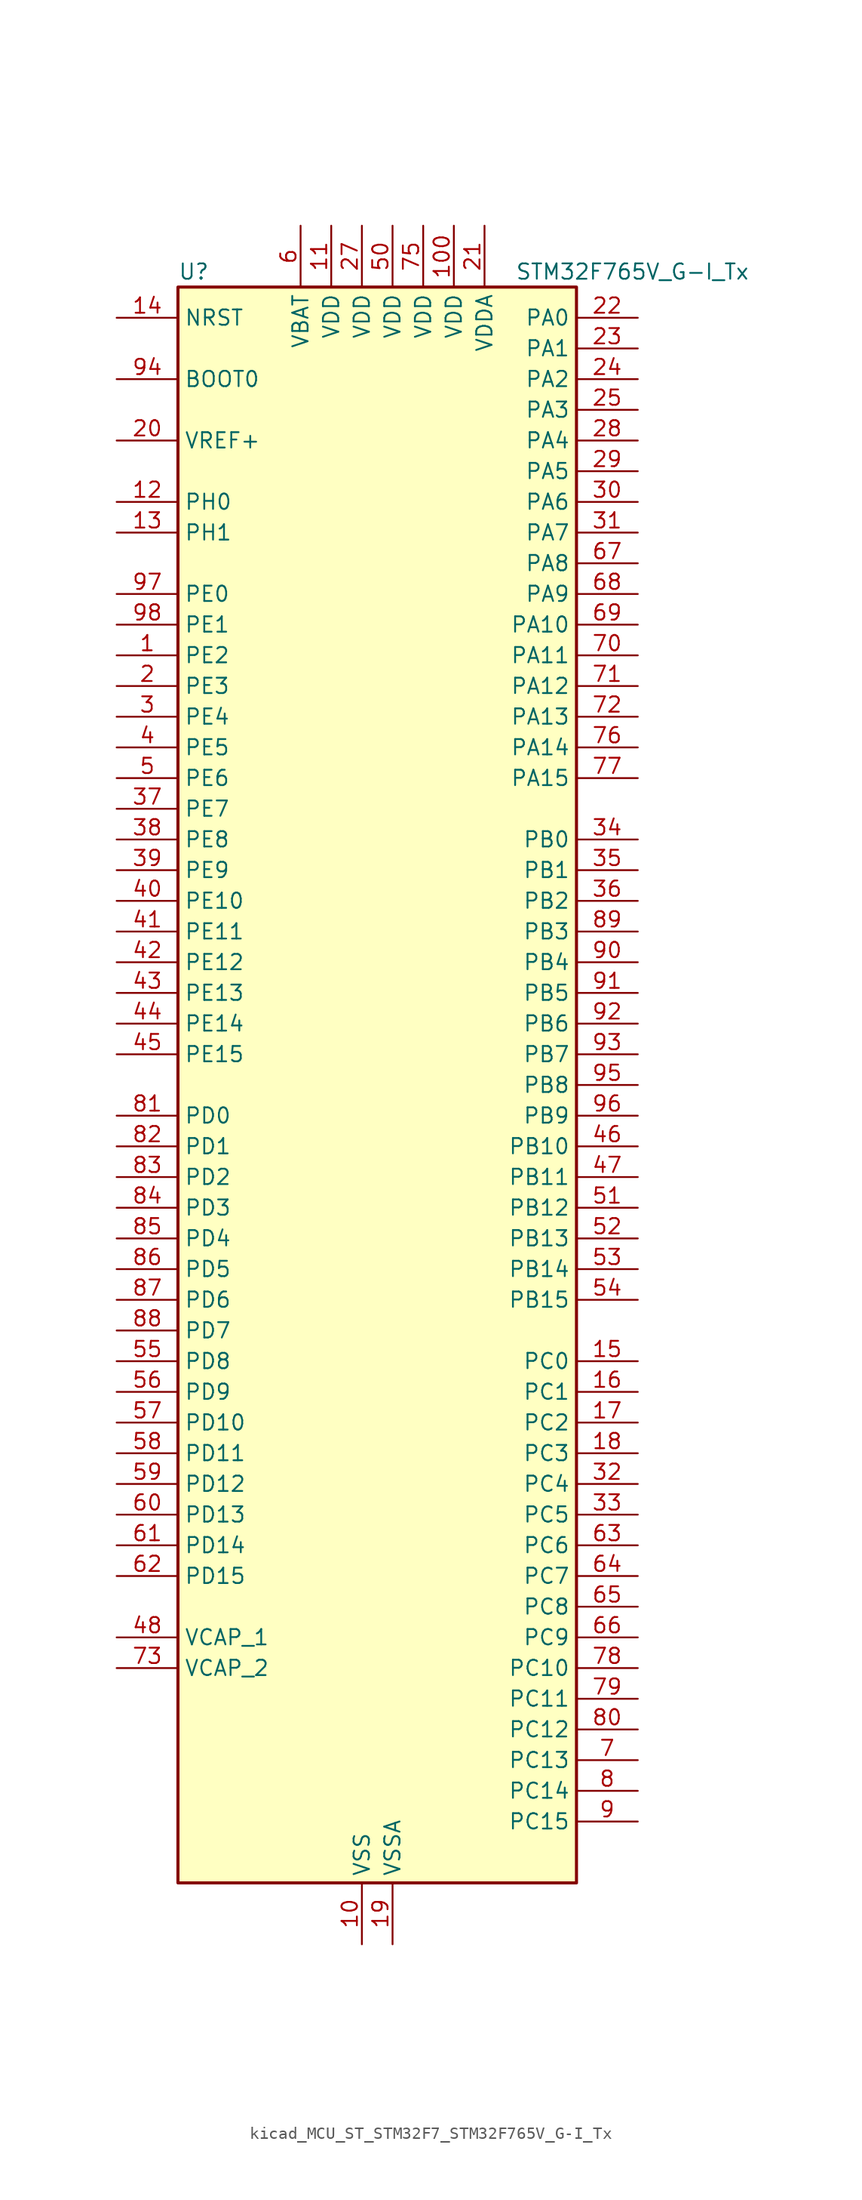
<source format=kicad_sym>
(kicad_symbol_lib
  (version 20220914)
  (generator kicad_symbol_editor)
  (symbol "kicad_MCU_ST_STM32F7_STM32F765V_G-I_Tx"
    (property "Reference" "U"
      (at -15.24 67.31 0)
      (effects (font (size 1.27 1.27)) (justify left)))
    (property "Value" "STM32F765V_G-I_Tx"
      (at 12.7 67.31 0)
      (effects (font (size 1.27 1.27)) (justify left)))
    (property "ki_locked" ""
      (at 0 0 0)
      (effects (font (size 1.27 1.27))))
    (symbol "kicad_MCU_ST_STM32F7_STM32F765V_G-I_Tx_0_1"
      (rectangle (start -15.24 -66.04) (end 17.78 66.04) (stroke (width 0.254) (type default)) (fill (type background))))
    (symbol "kicad_MCU_ST_STM32F7_STM32F765V_G-I_Tx_1_1"
      (pin bidirectional line (at -20.32 35.56 0) (length 5.08) (name "PE2" (effects (font (size 1.27 1.27)))) (number "1" (effects (font (size 1.27 1.27)))) (alternate "ETH_TXD3" bidirectional line) (alternate "FMC_A23" bidirectional line) (alternate "QUADSPI_BK1_IO2" bidirectional line) (alternate "SAI1_MCLK_A" bidirectional line) (alternate "SPI4_SCK" bidirectional line) (alternate "SYS_TRACECLK" bidirectional line))
      (pin power_in line (at 0 -71.12 90) (length 5.08) (name "VSS" (effects (font (size 1.27 1.27)))) (number "10" (effects (font (size 1.27 1.27)))))
      (pin power_in line (at 7.62 71.12 270) (length 5.08) (name "VDD" (effects (font (size 1.27 1.27)))) (number "100" (effects (font (size 1.27 1.27)))))
      (pin power_in line (at -2.54 71.12 270) (length 5.08) (name "VDD" (effects (font (size 1.27 1.27)))) (number "11" (effects (font (size 1.27 1.27)))))
      (pin bidirectional line (at -20.32 48.26 0) (length 5.08) (name "PH0" (effects (font (size 1.27 1.27)))) (number "12" (effects (font (size 1.27 1.27)))) (alternate "RCC_OSC_IN" bidirectional line))
      (pin bidirectional line (at -20.32 45.72 0) (length 5.08) (name "PH1" (effects (font (size 1.27 1.27)))) (number "13" (effects (font (size 1.27 1.27)))) (alternate "RCC_OSC_OUT" bidirectional line))
      (pin input line (at -20.32 63.5 0) (length 5.08) (name "NRST" (effects (font (size 1.27 1.27)))) (number "14" (effects (font (size 1.27 1.27)))))
      (pin bidirectional line (at 22.86 -22.86 180) (length 5.08) (name "PC0" (effects (font (size 1.27 1.27)))) (number "15" (effects (font (size 1.27 1.27)))) (alternate "ADC1_IN10" bidirectional line) (alternate "ADC2_IN10" bidirectional line) (alternate "ADC3_IN10" bidirectional line) (alternate "DFSDM1_CKIN0" bidirectional line) (alternate "DFSDM1_DATIN4" bidirectional line) (alternate "FMC_SDNWE" bidirectional line) (alternate "SAI2_FS_B" bidirectional line) (alternate "USB_OTG_HS_ULPI_STP" bidirectional line))
      (pin bidirectional line (at 22.86 -25.4 180) (length 5.08) (name "PC1" (effects (font (size 1.27 1.27)))) (number "16" (effects (font (size 1.27 1.27)))) (alternate "ADC1_IN11" bidirectional line) (alternate "ADC2_IN11" bidirectional line) (alternate "ADC3_IN11" bidirectional line) (alternate "DFSDM1_CKIN4" bidirectional line) (alternate "DFSDM1_DATIN0" bidirectional line) (alternate "ETH_MDC" bidirectional line) (alternate "I2S2_SD" bidirectional line) (alternate "MDIOS_MDC" bidirectional line) (alternate "RTC_TAMP3" bidirectional line) (alternate "RTC_TS" bidirectional line) (alternate "SAI1_SD_A" bidirectional line) (alternate "SPI2_MOSI" bidirectional line) (alternate "SYS_TRACED0" bidirectional line) (alternate "SYS_WKUP3" bidirectional line))
      (pin bidirectional line (at 22.86 -27.94 180) (length 5.08) (name "PC2" (effects (font (size 1.27 1.27)))) (number "17" (effects (font (size 1.27 1.27)))) (alternate "ADC1_IN12" bidirectional line) (alternate "ADC2_IN12" bidirectional line) (alternate "ADC3_IN12" bidirectional line) (alternate "DFSDM1_CKIN1" bidirectional line) (alternate "DFSDM1_CKOUT" bidirectional line) (alternate "ETH_TXD2" bidirectional line) (alternate "FMC_SDNE0" bidirectional line) (alternate "SPI2_MISO" bidirectional line) (alternate "USB_OTG_HS_ULPI_DIR" bidirectional line))
      (pin bidirectional line (at 22.86 -30.48 180) (length 5.08) (name "PC3" (effects (font (size 1.27 1.27)))) (number "18" (effects (font (size 1.27 1.27)))) (alternate "ADC1_IN13" bidirectional line) (alternate "ADC2_IN13" bidirectional line) (alternate "ADC3_IN13" bidirectional line) (alternate "DFSDM1_DATIN1" bidirectional line) (alternate "ETH_TX_CLK" bidirectional line) (alternate "FMC_SDCKE0" bidirectional line) (alternate "I2S2_SD" bidirectional line) (alternate "SPI2_MOSI" bidirectional line) (alternate "USB_OTG_HS_ULPI_NXT" bidirectional line))
      (pin power_in line (at 2.54 -71.12 90) (length 5.08) (name "VSSA" (effects (font (size 1.27 1.27)))) (number "19" (effects (font (size 1.27 1.27)))))
      (pin bidirectional line (at -20.32 33.02 0) (length 5.08) (name "PE3" (effects (font (size 1.27 1.27)))) (number "2" (effects (font (size 1.27 1.27)))) (alternate "FMC_A19" bidirectional line) (alternate "SAI1_SD_B" bidirectional line) (alternate "SYS_TRACED0" bidirectional line))
      (pin input line (at -20.32 53.34 0) (length 5.08) (name "VREF+" (effects (font (size 1.27 1.27)))) (number "20" (effects (font (size 1.27 1.27)))))
      (pin power_in line (at 10.16 71.12 270) (length 5.08) (name "VDDA" (effects (font (size 1.27 1.27)))) (number "21" (effects (font (size 1.27 1.27)))))
      (pin bidirectional line (at 22.86 63.5 180) (length 5.08) (name "PA0" (effects (font (size 1.27 1.27)))) (number "22" (effects (font (size 1.27 1.27)))) (alternate "ADC1_IN0" bidirectional line) (alternate "ADC2_IN0" bidirectional line) (alternate "ADC3_IN0" bidirectional line) (alternate "ETH_CRS" bidirectional line) (alternate "SAI2_SD_B" bidirectional line) (alternate "SYS_WKUP1" bidirectional line) (alternate "TIM2_CH1" bidirectional line) (alternate "TIM2_ETR" bidirectional line) (alternate "TIM5_CH1" bidirectional line) (alternate "TIM8_ETR" bidirectional line) (alternate "UART4_TX" bidirectional line) (alternate "USART2_CTS" bidirectional line))
      (pin bidirectional line (at 22.86 60.96 180) (length 5.08) (name "PA1" (effects (font (size 1.27 1.27)))) (number "23" (effects (font (size 1.27 1.27)))) (alternate "ADC1_IN1" bidirectional line) (alternate "ADC2_IN1" bidirectional line) (alternate "ADC3_IN1" bidirectional line) (alternate "ETH_REF_CLK" bidirectional line) (alternate "ETH_RX_CLK" bidirectional line) (alternate "QUADSPI_BK1_IO3" bidirectional line) (alternate "SAI2_MCLK_B" bidirectional line) (alternate "TIM2_CH2" bidirectional line) (alternate "TIM5_CH2" bidirectional line) (alternate "UART4_RX" bidirectional line) (alternate "USART2_DE" bidirectional line) (alternate "USART2_RTS" bidirectional line))
      (pin bidirectional line (at 22.86 58.42 180) (length 5.08) (name "PA2" (effects (font (size 1.27 1.27)))) (number "24" (effects (font (size 1.27 1.27)))) (alternate "ADC1_IN2" bidirectional line) (alternate "ADC2_IN2" bidirectional line) (alternate "ADC3_IN2" bidirectional line) (alternate "ETH_MDIO" bidirectional line) (alternate "MDIOS_MDIO" bidirectional line) (alternate "SAI2_SCK_B" bidirectional line) (alternate "SYS_WKUP2" bidirectional line) (alternate "TIM2_CH3" bidirectional line) (alternate "TIM5_CH3" bidirectional line) (alternate "TIM9_CH1" bidirectional line) (alternate "USART2_TX" bidirectional line))
      (pin bidirectional line (at 22.86 55.88 180) (length 5.08) (name "PA3" (effects (font (size 1.27 1.27)))) (number "25" (effects (font (size 1.27 1.27)))) (alternate "ADC1_IN3" bidirectional line) (alternate "ADC2_IN3" bidirectional line) (alternate "ADC3_IN3" bidirectional line) (alternate "ETH_COL" bidirectional line) (alternate "TIM2_CH4" bidirectional line) (alternate "TIM5_CH4" bidirectional line) (alternate "TIM9_CH2" bidirectional line) (alternate "USART2_RX" bidirectional line) (alternate "USB_OTG_HS_ULPI_D0" bidirectional line))
      (pin passive line (at 0 -71.12 90) (length 5.08) hide (name "VSS" (effects (font (size 1.27 1.27)))) (number "26" (effects (font (size 1.27 1.27)))))
      (pin power_in line (at 0 71.12 270) (length 5.08) (name "VDD" (effects (font (size 1.27 1.27)))) (number "27" (effects (font (size 1.27 1.27)))))
      (pin bidirectional line (at 22.86 53.34 180) (length 5.08) (name "PA4" (effects (font (size 1.27 1.27)))) (number "28" (effects (font (size 1.27 1.27)))) (alternate "ADC1_IN4" bidirectional line) (alternate "ADC2_IN4" bidirectional line) (alternate "DAC_OUT1" bidirectional line) (alternate "DCMI_HSYNC" bidirectional line) (alternate "I2S1_WS" bidirectional line) (alternate "I2S3_WS" bidirectional line) (alternate "SPI1_NSS" bidirectional line) (alternate "SPI3_NSS" bidirectional line) (alternate "SPI6_NSS" bidirectional line) (alternate "USART2_CK" bidirectional line) (alternate "USB_OTG_HS_SOF" bidirectional line))
      (pin bidirectional line (at 22.86 50.8 180) (length 5.08) (name "PA5" (effects (font (size 1.27 1.27)))) (number "29" (effects (font (size 1.27 1.27)))) (alternate "ADC1_IN5" bidirectional line) (alternate "ADC2_IN5" bidirectional line) (alternate "DAC_OUT2" bidirectional line) (alternate "I2S1_CK" bidirectional line) (alternate "SPI1_SCK" bidirectional line) (alternate "SPI6_SCK" bidirectional line) (alternate "TIM2_CH1" bidirectional line) (alternate "TIM2_ETR" bidirectional line) (alternate "TIM8_CH1N" bidirectional line) (alternate "USB_OTG_HS_ULPI_CK" bidirectional line))
      (pin bidirectional line (at -20.32 30.48 0) (length 5.08) (name "PE4" (effects (font (size 1.27 1.27)))) (number "3" (effects (font (size 1.27 1.27)))) (alternate "DCMI_D4" bidirectional line) (alternate "DFSDM1_DATIN3" bidirectional line) (alternate "FMC_A20" bidirectional line) (alternate "SAI1_FS_A" bidirectional line) (alternate "SPI4_NSS" bidirectional line) (alternate "SYS_TRACED1" bidirectional line))
      (pin bidirectional line (at 22.86 48.26 180) (length 5.08) (name "PA6" (effects (font (size 1.27 1.27)))) (number "30" (effects (font (size 1.27 1.27)))) (alternate "ADC1_IN6" bidirectional line) (alternate "ADC2_IN6" bidirectional line) (alternate "DCMI_PIXCLK" bidirectional line) (alternate "MDIOS_MDC" bidirectional line) (alternate "SPI1_MISO" bidirectional line) (alternate "SPI6_MISO" bidirectional line) (alternate "TIM13_CH1" bidirectional line) (alternate "TIM1_BKIN" bidirectional line) (alternate "TIM3_CH1" bidirectional line) (alternate "TIM8_BKIN" bidirectional line))
      (pin bidirectional line (at 22.86 45.72 180) (length 5.08) (name "PA7" (effects (font (size 1.27 1.27)))) (number "31" (effects (font (size 1.27 1.27)))) (alternate "ADC1_IN7" bidirectional line) (alternate "ADC2_IN7" bidirectional line) (alternate "ETH_CRS_DV" bidirectional line) (alternate "ETH_RX_DV" bidirectional line) (alternate "FMC_SDNWE" bidirectional line) (alternate "I2S1_SD" bidirectional line) (alternate "SPI1_MOSI" bidirectional line) (alternate "SPI6_MOSI" bidirectional line) (alternate "TIM14_CH1" bidirectional line) (alternate "TIM1_CH1N" bidirectional line) (alternate "TIM3_CH2" bidirectional line) (alternate "TIM8_CH1N" bidirectional line))
      (pin bidirectional line (at 22.86 -33.02 180) (length 5.08) (name "PC4" (effects (font (size 1.27 1.27)))) (number "32" (effects (font (size 1.27 1.27)))) (alternate "ADC1_IN14" bidirectional line) (alternate "ADC2_IN14" bidirectional line) (alternate "DFSDM1_CKIN2" bidirectional line) (alternate "ETH_RXD0" bidirectional line) (alternate "FMC_SDNE0" bidirectional line) (alternate "I2S1_MCK" bidirectional line) (alternate "SPDIFRX_IN2" bidirectional line))
      (pin bidirectional line (at 22.86 -35.56 180) (length 5.08) (name "PC5" (effects (font (size 1.27 1.27)))) (number "33" (effects (font (size 1.27 1.27)))) (alternate "ADC1_IN15" bidirectional line) (alternate "ADC2_IN15" bidirectional line) (alternate "DFSDM1_DATIN2" bidirectional line) (alternate "ETH_RXD1" bidirectional line) (alternate "FMC_SDCKE0" bidirectional line) (alternate "SPDIFRX_IN3" bidirectional line))
      (pin bidirectional line (at 22.86 20.32 180) (length 5.08) (name "PB0" (effects (font (size 1.27 1.27)))) (number "34" (effects (font (size 1.27 1.27)))) (alternate "ADC1_IN8" bidirectional line) (alternate "ADC2_IN8" bidirectional line) (alternate "DFSDM1_CKOUT" bidirectional line) (alternate "ETH_RXD2" bidirectional line) (alternate "TIM1_CH2N" bidirectional line) (alternate "TIM3_CH3" bidirectional line) (alternate "TIM8_CH2N" bidirectional line) (alternate "UART4_CTS" bidirectional line) (alternate "USB_OTG_HS_ULPI_D1" bidirectional line))
      (pin bidirectional line (at 22.86 17.78 180) (length 5.08) (name "PB1" (effects (font (size 1.27 1.27)))) (number "35" (effects (font (size 1.27 1.27)))) (alternate "ADC1_IN9" bidirectional line) (alternate "ADC2_IN9" bidirectional line) (alternate "DFSDM1_DATIN1" bidirectional line) (alternate "ETH_RXD3" bidirectional line) (alternate "TIM1_CH3N" bidirectional line) (alternate "TIM3_CH4" bidirectional line) (alternate "TIM8_CH3N" bidirectional line) (alternate "USB_OTG_HS_ULPI_D2" bidirectional line))
      (pin bidirectional line (at 22.86 15.24 180) (length 5.08) (name "PB2" (effects (font (size 1.27 1.27)))) (number "36" (effects (font (size 1.27 1.27)))) (alternate "DFSDM1_CKIN1" bidirectional line) (alternate "I2S3_SD" bidirectional line) (alternate "QUADSPI_CLK" bidirectional line) (alternate "SAI1_SD_A" bidirectional line) (alternate "SPI3_MOSI" bidirectional line))
      (pin bidirectional line (at -20.32 22.86 0) (length 5.08) (name "PE7" (effects (font (size 1.27 1.27)))) (number "37" (effects (font (size 1.27 1.27)))) (alternate "DFSDM1_DATIN2" bidirectional line) (alternate "FMC_D4" bidirectional line) (alternate "FMC_DA4" bidirectional line) (alternate "QUADSPI_BK2_IO0" bidirectional line) (alternate "TIM1_ETR" bidirectional line) (alternate "UART7_RX" bidirectional line))
      (pin bidirectional line (at -20.32 20.32 0) (length 5.08) (name "PE8" (effects (font (size 1.27 1.27)))) (number "38" (effects (font (size 1.27 1.27)))) (alternate "DFSDM1_CKIN2" bidirectional line) (alternate "FMC_D5" bidirectional line) (alternate "FMC_DA5" bidirectional line) (alternate "QUADSPI_BK2_IO1" bidirectional line) (alternate "TIM1_CH1N" bidirectional line) (alternate "UART7_TX" bidirectional line))
      (pin bidirectional line (at -20.32 17.78 0) (length 5.08) (name "PE9" (effects (font (size 1.27 1.27)))) (number "39" (effects (font (size 1.27 1.27)))) (alternate "DAC_EXTI9" bidirectional line) (alternate "DFSDM1_CKOUT" bidirectional line) (alternate "FMC_D6" bidirectional line) (alternate "FMC_DA6" bidirectional line) (alternate "QUADSPI_BK2_IO2" bidirectional line) (alternate "TIM1_CH1" bidirectional line) (alternate "UART7_DE" bidirectional line) (alternate "UART7_RTS" bidirectional line))
      (pin bidirectional line (at -20.32 27.94 0) (length 5.08) (name "PE5" (effects (font (size 1.27 1.27)))) (number "4" (effects (font (size 1.27 1.27)))) (alternate "DCMI_D6" bidirectional line) (alternate "DFSDM1_CKIN3" bidirectional line) (alternate "FMC_A21" bidirectional line) (alternate "SAI1_SCK_A" bidirectional line) (alternate "SPI4_MISO" bidirectional line) (alternate "SYS_TRACED2" bidirectional line) (alternate "TIM9_CH1" bidirectional line))
      (pin bidirectional line (at -20.32 15.24 0) (length 5.08) (name "PE10" (effects (font (size 1.27 1.27)))) (number "40" (effects (font (size 1.27 1.27)))) (alternate "DFSDM1_DATIN4" bidirectional line) (alternate "FMC_D7" bidirectional line) (alternate "FMC_DA7" bidirectional line) (alternate "QUADSPI_BK2_IO3" bidirectional line) (alternate "TIM1_CH2N" bidirectional line) (alternate "UART7_CTS" bidirectional line))
      (pin bidirectional line (at -20.32 12.7 0) (length 5.08) (name "PE11" (effects (font (size 1.27 1.27)))) (number "41" (effects (font (size 1.27 1.27)))) (alternate "ADC1_EXTI11" bidirectional line) (alternate "ADC2_EXTI11" bidirectional line) (alternate "ADC3_EXTI11" bidirectional line) (alternate "DFSDM1_CKIN4" bidirectional line) (alternate "FMC_D8" bidirectional line) (alternate "FMC_DA8" bidirectional line) (alternate "SAI2_SD_B" bidirectional line) (alternate "SPI4_NSS" bidirectional line) (alternate "TIM1_CH2" bidirectional line))
      (pin bidirectional line (at -20.32 10.16 0) (length 5.08) (name "PE12" (effects (font (size 1.27 1.27)))) (number "42" (effects (font (size 1.27 1.27)))) (alternate "DFSDM1_DATIN5" bidirectional line) (alternate "FMC_D9" bidirectional line) (alternate "FMC_DA9" bidirectional line) (alternate "SAI2_SCK_B" bidirectional line) (alternate "SPI4_SCK" bidirectional line) (alternate "TIM1_CH3N" bidirectional line))
      (pin bidirectional line (at -20.32 7.62 0) (length 5.08) (name "PE13" (effects (font (size 1.27 1.27)))) (number "43" (effects (font (size 1.27 1.27)))) (alternate "DFSDM1_CKIN5" bidirectional line) (alternate "FMC_D10" bidirectional line) (alternate "FMC_DA10" bidirectional line) (alternate "SAI2_FS_B" bidirectional line) (alternate "SPI4_MISO" bidirectional line) (alternate "TIM1_CH3" bidirectional line))
      (pin bidirectional line (at -20.32 5.08 0) (length 5.08) (name "PE14" (effects (font (size 1.27 1.27)))) (number "44" (effects (font (size 1.27 1.27)))) (alternate "FMC_D11" bidirectional line) (alternate "FMC_DA11" bidirectional line) (alternate "SAI2_MCLK_B" bidirectional line) (alternate "SPI4_MOSI" bidirectional line) (alternate "TIM1_CH4" bidirectional line))
      (pin bidirectional line (at -20.32 2.54 0) (length 5.08) (name "PE15" (effects (font (size 1.27 1.27)))) (number "45" (effects (font (size 1.27 1.27)))) (alternate "FMC_D12" bidirectional line) (alternate "FMC_DA12" bidirectional line) (alternate "TIM1_BKIN" bidirectional line))
      (pin bidirectional line (at 22.86 -5.08 180) (length 5.08) (name "PB10" (effects (font (size 1.27 1.27)))) (number "46" (effects (font (size 1.27 1.27)))) (alternate "DFSDM1_DATIN7" bidirectional line) (alternate "ETH_RX_ER" bidirectional line) (alternate "I2C2_SCL" bidirectional line) (alternate "I2S2_CK" bidirectional line) (alternate "QUADSPI_BK1_NCS" bidirectional line) (alternate "SPI2_SCK" bidirectional line) (alternate "TIM2_CH3" bidirectional line) (alternate "USART3_TX" bidirectional line) (alternate "USB_OTG_HS_ULPI_D3" bidirectional line))
      (pin bidirectional line (at 22.86 -7.62 180) (length 5.08) (name "PB11" (effects (font (size 1.27 1.27)))) (number "47" (effects (font (size 1.27 1.27)))) (alternate "ADC1_EXTI11" bidirectional line) (alternate "ADC2_EXTI11" bidirectional line) (alternate "ADC3_EXTI11" bidirectional line) (alternate "DFSDM1_CKIN7" bidirectional line) (alternate "ETH_TX_EN" bidirectional line) (alternate "I2C2_SDA" bidirectional line) (alternate "TIM2_CH4" bidirectional line) (alternate "USART3_RX" bidirectional line) (alternate "USB_OTG_HS_ULPI_D4" bidirectional line))
      (pin power_out line (at -20.32 -45.72 0) (length 5.08) (name "VCAP_1" (effects (font (size 1.27 1.27)))) (number "48" (effects (font (size 1.27 1.27)))))
      (pin passive line (at 0 -71.12 90) (length 5.08) hide (name "VSS" (effects (font (size 1.27 1.27)))) (number "49" (effects (font (size 1.27 1.27)))))
      (pin bidirectional line (at -20.32 25.4 0) (length 5.08) (name "PE6" (effects (font (size 1.27 1.27)))) (number "5" (effects (font (size 1.27 1.27)))) (alternate "DCMI_D7" bidirectional line) (alternate "FMC_A22" bidirectional line) (alternate "SAI1_SD_A" bidirectional line) (alternate "SAI2_MCLK_B" bidirectional line) (alternate "SPI4_MOSI" bidirectional line) (alternate "SYS_TRACED3" bidirectional line) (alternate "TIM1_BKIN2" bidirectional line) (alternate "TIM9_CH2" bidirectional line))
      (pin power_in line (at 2.54 71.12 270) (length 5.08) (name "VDD" (effects (font (size 1.27 1.27)))) (number "50" (effects (font (size 1.27 1.27)))))
      (pin bidirectional line (at 22.86 -10.16 180) (length 5.08) (name "PB12" (effects (font (size 1.27 1.27)))) (number "51" (effects (font (size 1.27 1.27)))) (alternate "CAN2_RX" bidirectional line) (alternate "DFSDM1_DATIN1" bidirectional line) (alternate "ETH_TXD0" bidirectional line) (alternate "I2C2_SMBA" bidirectional line) (alternate "I2S2_WS" bidirectional line) (alternate "SPI2_NSS" bidirectional line) (alternate "TIM1_BKIN" bidirectional line) (alternate "UART5_RX" bidirectional line) (alternate "USART3_CK" bidirectional line) (alternate "USB_OTG_HS_ID" bidirectional line) (alternate "USB_OTG_HS_ULPI_D5" bidirectional line))
      (pin bidirectional line (at 22.86 -12.7 180) (length 5.08) (name "PB13" (effects (font (size 1.27 1.27)))) (number "52" (effects (font (size 1.27 1.27)))) (alternate "CAN2_TX" bidirectional line) (alternate "DFSDM1_CKIN1" bidirectional line) (alternate "ETH_TXD1" bidirectional line) (alternate "I2S2_CK" bidirectional line) (alternate "SPI2_SCK" bidirectional line) (alternate "TIM1_CH1N" bidirectional line) (alternate "UART5_TX" bidirectional line) (alternate "USART3_CTS" bidirectional line) (alternate "USB_OTG_HS_ULPI_D6" bidirectional line) (alternate "USB_OTG_HS_VBUS" bidirectional line))
      (pin bidirectional line (at 22.86 -15.24 180) (length 5.08) (name "PB14" (effects (font (size 1.27 1.27)))) (number "53" (effects (font (size 1.27 1.27)))) (alternate "DFSDM1_DATIN2" bidirectional line) (alternate "SDMMC2_D0" bidirectional line) (alternate "SPI2_MISO" bidirectional line) (alternate "TIM12_CH1" bidirectional line) (alternate "TIM1_CH2N" bidirectional line) (alternate "TIM8_CH2N" bidirectional line) (alternate "UART4_DE" bidirectional line) (alternate "UART4_RTS" bidirectional line) (alternate "USART1_TX" bidirectional line) (alternate "USART3_DE" bidirectional line) (alternate "USART3_RTS" bidirectional line) (alternate "USB_OTG_HS_DM" bidirectional line))
      (pin bidirectional line (at 22.86 -17.78 180) (length 5.08) (name "PB15" (effects (font (size 1.27 1.27)))) (number "54" (effects (font (size 1.27 1.27)))) (alternate "DFSDM1_CKIN2" bidirectional line) (alternate "I2S2_SD" bidirectional line) (alternate "RTC_REFIN" bidirectional line) (alternate "SDMMC2_D1" bidirectional line) (alternate "SPI2_MOSI" bidirectional line) (alternate "TIM12_CH2" bidirectional line) (alternate "TIM1_CH3N" bidirectional line) (alternate "TIM8_CH3N" bidirectional line) (alternate "UART4_CTS" bidirectional line) (alternate "USART1_RX" bidirectional line) (alternate "USB_OTG_HS_DP" bidirectional line))
      (pin bidirectional line (at -20.32 -22.86 0) (length 5.08) (name "PD8" (effects (font (size 1.27 1.27)))) (number "55" (effects (font (size 1.27 1.27)))) (alternate "DFSDM1_CKIN3" bidirectional line) (alternate "FMC_D13" bidirectional line) (alternate "FMC_DA13" bidirectional line) (alternate "SPDIFRX_IN1" bidirectional line) (alternate "USART3_TX" bidirectional line))
      (pin bidirectional line (at -20.32 -25.4 0) (length 5.08) (name "PD9" (effects (font (size 1.27 1.27)))) (number "56" (effects (font (size 1.27 1.27)))) (alternate "DAC_EXTI9" bidirectional line) (alternate "DFSDM1_DATIN3" bidirectional line) (alternate "FMC_D14" bidirectional line) (alternate "FMC_DA14" bidirectional line) (alternate "USART3_RX" bidirectional line))
      (pin bidirectional line (at -20.32 -27.94 0) (length 5.08) (name "PD10" (effects (font (size 1.27 1.27)))) (number "57" (effects (font (size 1.27 1.27)))) (alternate "DFSDM1_CKOUT" bidirectional line) (alternate "FMC_D15" bidirectional line) (alternate "FMC_DA15" bidirectional line) (alternate "USART3_CK" bidirectional line))
      (pin bidirectional line (at -20.32 -30.48 0) (length 5.08) (name "PD11" (effects (font (size 1.27 1.27)))) (number "58" (effects (font (size 1.27 1.27)))) (alternate "ADC1_EXTI11" bidirectional line) (alternate "ADC2_EXTI11" bidirectional line) (alternate "ADC3_EXTI11" bidirectional line) (alternate "FMC_A16" bidirectional line) (alternate "FMC_CLE" bidirectional line) (alternate "I2C4_SMBA" bidirectional line) (alternate "QUADSPI_BK1_IO0" bidirectional line) (alternate "SAI2_SD_A" bidirectional line) (alternate "USART3_CTS" bidirectional line))
      (pin bidirectional line (at -20.32 -33.02 0) (length 5.08) (name "PD12" (effects (font (size 1.27 1.27)))) (number "59" (effects (font (size 1.27 1.27)))) (alternate "FMC_A17" bidirectional line) (alternate "FMC_ALE" bidirectional line) (alternate "I2C4_SCL" bidirectional line) (alternate "LPTIM1_IN1" bidirectional line) (alternate "QUADSPI_BK1_IO1" bidirectional line) (alternate "SAI2_FS_A" bidirectional line) (alternate "TIM4_CH1" bidirectional line) (alternate "USART3_DE" bidirectional line) (alternate "USART3_RTS" bidirectional line))
      (pin power_in line (at -5.08 71.12 270) (length 5.08) (name "VBAT" (effects (font (size 1.27 1.27)))) (number "6" (effects (font (size 1.27 1.27)))))
      (pin bidirectional line (at -20.32 -35.56 0) (length 5.08) (name "PD13" (effects (font (size 1.27 1.27)))) (number "60" (effects (font (size 1.27 1.27)))) (alternate "FMC_A18" bidirectional line) (alternate "I2C4_SDA" bidirectional line) (alternate "LPTIM1_OUT" bidirectional line) (alternate "QUADSPI_BK1_IO3" bidirectional line) (alternate "SAI2_SCK_A" bidirectional line) (alternate "TIM4_CH2" bidirectional line))
      (pin bidirectional line (at -20.32 -38.1 0) (length 5.08) (name "PD14" (effects (font (size 1.27 1.27)))) (number "61" (effects (font (size 1.27 1.27)))) (alternate "FMC_D0" bidirectional line) (alternate "FMC_DA0" bidirectional line) (alternate "TIM4_CH3" bidirectional line) (alternate "UART8_CTS" bidirectional line))
      (pin bidirectional line (at -20.32 -40.64 0) (length 5.08) (name "PD15" (effects (font (size 1.27 1.27)))) (number "62" (effects (font (size 1.27 1.27)))) (alternate "FMC_D1" bidirectional line) (alternate "FMC_DA1" bidirectional line) (alternate "TIM4_CH4" bidirectional line) (alternate "UART8_DE" bidirectional line) (alternate "UART8_RTS" bidirectional line))
      (pin bidirectional line (at 22.86 -38.1 180) (length 5.08) (name "PC6" (effects (font (size 1.27 1.27)))) (number "63" (effects (font (size 1.27 1.27)))) (alternate "DCMI_D0" bidirectional line) (alternate "DFSDM1_CKIN3" bidirectional line) (alternate "FMC_NWAIT" bidirectional line) (alternate "I2S2_MCK" bidirectional line) (alternate "SDMMC1_D6" bidirectional line) (alternate "SDMMC2_D6" bidirectional line) (alternate "TIM3_CH1" bidirectional line) (alternate "TIM8_CH1" bidirectional line) (alternate "USART6_TX" bidirectional line))
      (pin bidirectional line (at 22.86 -40.64 180) (length 5.08) (name "PC7" (effects (font (size 1.27 1.27)))) (number "64" (effects (font (size 1.27 1.27)))) (alternate "DCMI_D1" bidirectional line) (alternate "DFSDM1_DATIN3" bidirectional line) (alternate "FMC_NE1" bidirectional line) (alternate "I2S3_MCK" bidirectional line) (alternate "SDMMC1_D7" bidirectional line) (alternate "SDMMC2_D7" bidirectional line) (alternate "TIM3_CH2" bidirectional line) (alternate "TIM8_CH2" bidirectional line) (alternate "USART6_RX" bidirectional line))
      (pin bidirectional line (at 22.86 -43.18 180) (length 5.08) (name "PC8" (effects (font (size 1.27 1.27)))) (number "65" (effects (font (size 1.27 1.27)))) (alternate "DCMI_D2" bidirectional line) (alternate "FMC_NCE" bidirectional line) (alternate "FMC_NE2" bidirectional line) (alternate "SDMMC1_D0" bidirectional line) (alternate "SYS_TRACED1" bidirectional line) (alternate "TIM3_CH3" bidirectional line) (alternate "TIM8_CH3" bidirectional line) (alternate "UART5_DE" bidirectional line) (alternate "UART5_RTS" bidirectional line) (alternate "USART6_CK" bidirectional line))
      (pin bidirectional line (at 22.86 -45.72 180) (length 5.08) (name "PC9" (effects (font (size 1.27 1.27)))) (number "66" (effects (font (size 1.27 1.27)))) (alternate "DAC_EXTI9" bidirectional line) (alternate "DCMI_D3" bidirectional line) (alternate "I2C3_SDA" bidirectional line) (alternate "I2S_CKIN" bidirectional line) (alternate "QUADSPI_BK1_IO0" bidirectional line) (alternate "RCC_MCO_2" bidirectional line) (alternate "SDMMC1_D1" bidirectional line) (alternate "TIM3_CH4" bidirectional line) (alternate "TIM8_CH4" bidirectional line) (alternate "UART5_CTS" bidirectional line))
      (pin bidirectional line (at 22.86 43.18 180) (length 5.08) (name "PA8" (effects (font (size 1.27 1.27)))) (number "67" (effects (font (size 1.27 1.27)))) (alternate "CAN3_RX" bidirectional line) (alternate "I2C3_SCL" bidirectional line) (alternate "RCC_MCO_1" bidirectional line) (alternate "TIM1_CH1" bidirectional line) (alternate "TIM8_BKIN2" bidirectional line) (alternate "UART7_RX" bidirectional line) (alternate "USART1_CK" bidirectional line) (alternate "USB_OTG_FS_SOF" bidirectional line))
      (pin bidirectional line (at 22.86 40.64 180) (length 5.08) (name "PA9" (effects (font (size 1.27 1.27)))) (number "68" (effects (font (size 1.27 1.27)))) (alternate "DAC_EXTI9" bidirectional line) (alternate "DCMI_D0" bidirectional line) (alternate "I2C3_SMBA" bidirectional line) (alternate "I2S2_CK" bidirectional line) (alternate "SPI2_SCK" bidirectional line) (alternate "TIM1_CH2" bidirectional line) (alternate "USART1_TX" bidirectional line) (alternate "USB_OTG_FS_VBUS" bidirectional line))
      (pin bidirectional line (at 22.86 38.1 180) (length 5.08) (name "PA10" (effects (font (size 1.27 1.27)))) (number "69" (effects (font (size 1.27 1.27)))) (alternate "DCMI_D1" bidirectional line) (alternate "MDIOS_MDIO" bidirectional line) (alternate "TIM1_CH3" bidirectional line) (alternate "USART1_RX" bidirectional line) (alternate "USB_OTG_FS_ID" bidirectional line))
      (pin bidirectional line (at 22.86 -55.88 180) (length 5.08) (name "PC13" (effects (font (size 1.27 1.27)))) (number "7" (effects (font (size 1.27 1.27)))) (alternate "RTC_OUT" bidirectional line) (alternate "RTC_TAMP1" bidirectional line) (alternate "RTC_TS" bidirectional line) (alternate "SYS_WKUP4" bidirectional line))
      (pin bidirectional line (at 22.86 35.56 180) (length 5.08) (name "PA11" (effects (font (size 1.27 1.27)))) (number "70" (effects (font (size 1.27 1.27)))) (alternate "ADC1_EXTI11" bidirectional line) (alternate "ADC2_EXTI11" bidirectional line) (alternate "ADC3_EXTI11" bidirectional line) (alternate "CAN1_RX" bidirectional line) (alternate "I2S2_WS" bidirectional line) (alternate "SPI2_NSS" bidirectional line) (alternate "TIM1_CH4" bidirectional line) (alternate "UART4_RX" bidirectional line) (alternate "USART1_CTS" bidirectional line) (alternate "USB_OTG_FS_DM" bidirectional line))
      (pin bidirectional line (at 22.86 33.02 180) (length 5.08) (name "PA12" (effects (font (size 1.27 1.27)))) (number "71" (effects (font (size 1.27 1.27)))) (alternate "CAN1_TX" bidirectional line) (alternate "I2S2_CK" bidirectional line) (alternate "SAI2_FS_B" bidirectional line) (alternate "SPI2_SCK" bidirectional line) (alternate "TIM1_ETR" bidirectional line) (alternate "UART4_TX" bidirectional line) (alternate "USART1_DE" bidirectional line) (alternate "USART1_RTS" bidirectional line) (alternate "USB_OTG_FS_DP" bidirectional line))
      (pin bidirectional line (at 22.86 30.48 180) (length 5.08) (name "PA13" (effects (font (size 1.27 1.27)))) (number "72" (effects (font (size 1.27 1.27)))) (alternate "SYS_JTMS-SWDIO" bidirectional line))
      (pin power_out line (at -20.32 -48.26 0) (length 5.08) (name "VCAP_2" (effects (font (size 1.27 1.27)))) (number "73" (effects (font (size 1.27 1.27)))))
      (pin passive line (at 0 -71.12 90) (length 5.08) hide (name "VSS" (effects (font (size 1.27 1.27)))) (number "74" (effects (font (size 1.27 1.27)))))
      (pin power_in line (at 5.08 71.12 270) (length 5.08) (name "VDD" (effects (font (size 1.27 1.27)))) (number "75" (effects (font (size 1.27 1.27)))))
      (pin bidirectional line (at 22.86 27.94 180) (length 5.08) (name "PA14" (effects (font (size 1.27 1.27)))) (number "76" (effects (font (size 1.27 1.27)))) (alternate "SYS_JTCK-SWCLK" bidirectional line))
      (pin bidirectional line (at 22.86 25.4 180) (length 5.08) (name "PA15" (effects (font (size 1.27 1.27)))) (number "77" (effects (font (size 1.27 1.27)))) (alternate "CAN3_TX" bidirectional line) (alternate "CEC" bidirectional line) (alternate "I2S1_WS" bidirectional line) (alternate "I2S3_WS" bidirectional line) (alternate "SPI1_NSS" bidirectional line) (alternate "SPI3_NSS" bidirectional line) (alternate "SPI6_NSS" bidirectional line) (alternate "SYS_JTDI" bidirectional line) (alternate "TIM2_CH1" bidirectional line) (alternate "TIM2_ETR" bidirectional line) (alternate "UART4_DE" bidirectional line) (alternate "UART4_RTS" bidirectional line) (alternate "UART7_TX" bidirectional line))
      (pin bidirectional line (at 22.86 -48.26 180) (length 5.08) (name "PC10" (effects (font (size 1.27 1.27)))) (number "78" (effects (font (size 1.27 1.27)))) (alternate "DCMI_D8" bidirectional line) (alternate "DFSDM1_CKIN5" bidirectional line) (alternate "I2S3_CK" bidirectional line) (alternate "QUADSPI_BK1_IO1" bidirectional line) (alternate "SDMMC1_D2" bidirectional line) (alternate "SPI3_SCK" bidirectional line) (alternate "UART4_TX" bidirectional line) (alternate "USART3_TX" bidirectional line))
      (pin bidirectional line (at 22.86 -50.8 180) (length 5.08) (name "PC11" (effects (font (size 1.27 1.27)))) (number "79" (effects (font (size 1.27 1.27)))) (alternate "ADC1_EXTI11" bidirectional line) (alternate "ADC2_EXTI11" bidirectional line) (alternate "ADC3_EXTI11" bidirectional line) (alternate "DCMI_D4" bidirectional line) (alternate "DFSDM1_DATIN5" bidirectional line) (alternate "QUADSPI_BK2_NCS" bidirectional line) (alternate "SDMMC1_D3" bidirectional line) (alternate "SPI3_MISO" bidirectional line) (alternate "UART4_RX" bidirectional line) (alternate "USART3_RX" bidirectional line))
      (pin bidirectional line (at 22.86 -58.42 180) (length 5.08) (name "PC14" (effects (font (size 1.27 1.27)))) (number "8" (effects (font (size 1.27 1.27)))) (alternate "RCC_OSC32_IN" bidirectional line))
      (pin bidirectional line (at 22.86 -53.34 180) (length 5.08) (name "PC12" (effects (font (size 1.27 1.27)))) (number "80" (effects (font (size 1.27 1.27)))) (alternate "DCMI_D9" bidirectional line) (alternate "I2S3_SD" bidirectional line) (alternate "SDMMC1_CK" bidirectional line) (alternate "SPI3_MOSI" bidirectional line) (alternate "SYS_TRACED3" bidirectional line) (alternate "UART5_TX" bidirectional line) (alternate "USART3_CK" bidirectional line))
      (pin bidirectional line (at -20.32 -2.54 0) (length 5.08) (name "PD0" (effects (font (size 1.27 1.27)))) (number "81" (effects (font (size 1.27 1.27)))) (alternate "CAN1_RX" bidirectional line) (alternate "DFSDM1_CKIN6" bidirectional line) (alternate "DFSDM1_DATIN7" bidirectional line) (alternate "FMC_D2" bidirectional line) (alternate "FMC_DA2" bidirectional line) (alternate "UART4_RX" bidirectional line))
      (pin bidirectional line (at -20.32 -5.08 0) (length 5.08) (name "PD1" (effects (font (size 1.27 1.27)))) (number "82" (effects (font (size 1.27 1.27)))) (alternate "CAN1_TX" bidirectional line) (alternate "DFSDM1_CKIN7" bidirectional line) (alternate "DFSDM1_DATIN6" bidirectional line) (alternate "FMC_D3" bidirectional line) (alternate "FMC_DA3" bidirectional line) (alternate "UART4_TX" bidirectional line))
      (pin bidirectional line (at -20.32 -7.62 0) (length 5.08) (name "PD2" (effects (font (size 1.27 1.27)))) (number "83" (effects (font (size 1.27 1.27)))) (alternate "DCMI_D11" bidirectional line) (alternate "SDMMC1_CMD" bidirectional line) (alternate "SYS_TRACED2" bidirectional line) (alternate "TIM3_ETR" bidirectional line) (alternate "UART5_RX" bidirectional line))
      (pin bidirectional line (at -20.32 -10.16 0) (length 5.08) (name "PD3" (effects (font (size 1.27 1.27)))) (number "84" (effects (font (size 1.27 1.27)))) (alternate "DCMI_D5" bidirectional line) (alternate "DFSDM1_CKOUT" bidirectional line) (alternate "DFSDM1_DATIN0" bidirectional line) (alternate "FMC_CLK" bidirectional line) (alternate "I2S2_CK" bidirectional line) (alternate "SPI2_SCK" bidirectional line) (alternate "USART2_CTS" bidirectional line))
      (pin bidirectional line (at -20.32 -12.7 0) (length 5.08) (name "PD4" (effects (font (size 1.27 1.27)))) (number "85" (effects (font (size 1.27 1.27)))) (alternate "DFSDM1_CKIN0" bidirectional line) (alternate "FMC_NOE" bidirectional line) (alternate "USART2_DE" bidirectional line) (alternate "USART2_RTS" bidirectional line))
      (pin bidirectional line (at -20.32 -15.24 0) (length 5.08) (name "PD5" (effects (font (size 1.27 1.27)))) (number "86" (effects (font (size 1.27 1.27)))) (alternate "FMC_NWE" bidirectional line) (alternate "USART2_TX" bidirectional line))
      (pin bidirectional line (at -20.32 -17.78 0) (length 5.08) (name "PD6" (effects (font (size 1.27 1.27)))) (number "87" (effects (font (size 1.27 1.27)))) (alternate "DCMI_D10" bidirectional line) (alternate "DFSDM1_CKIN4" bidirectional line) (alternate "DFSDM1_DATIN1" bidirectional line) (alternate "FMC_NWAIT" bidirectional line) (alternate "I2S3_SD" bidirectional line) (alternate "SAI1_SD_A" bidirectional line) (alternate "SDMMC2_CK" bidirectional line) (alternate "SPI3_MOSI" bidirectional line) (alternate "USART2_RX" bidirectional line))
      (pin bidirectional line (at -20.32 -20.32 0) (length 5.08) (name "PD7" (effects (font (size 1.27 1.27)))) (number "88" (effects (font (size 1.27 1.27)))) (alternate "DFSDM1_CKIN1" bidirectional line) (alternate "DFSDM1_DATIN4" bidirectional line) (alternate "FMC_NE1" bidirectional line) (alternate "I2S1_SD" bidirectional line) (alternate "SDMMC2_CMD" bidirectional line) (alternate "SPDIFRX_IN0" bidirectional line) (alternate "SPI1_MOSI" bidirectional line) (alternate "USART2_CK" bidirectional line))
      (pin bidirectional line (at 22.86 12.7 180) (length 5.08) (name "PB3" (effects (font (size 1.27 1.27)))) (number "89" (effects (font (size 1.27 1.27)))) (alternate "CAN3_RX" bidirectional line) (alternate "I2S1_CK" bidirectional line) (alternate "I2S3_CK" bidirectional line) (alternate "SDMMC2_D2" bidirectional line) (alternate "SPI1_SCK" bidirectional line) (alternate "SPI3_SCK" bidirectional line) (alternate "SPI6_SCK" bidirectional line) (alternate "SYS_JTDO-SWO" bidirectional line) (alternate "TIM2_CH2" bidirectional line) (alternate "UART7_RX" bidirectional line))
      (pin bidirectional line (at 22.86 -60.96 180) (length 5.08) (name "PC15" (effects (font (size 1.27 1.27)))) (number "9" (effects (font (size 1.27 1.27)))) (alternate "RCC_OSC32_OUT" bidirectional line))
      (pin bidirectional line (at 22.86 10.16 180) (length 5.08) (name "PB4" (effects (font (size 1.27 1.27)))) (number "90" (effects (font (size 1.27 1.27)))) (alternate "CAN3_TX" bidirectional line) (alternate "I2S2_WS" bidirectional line) (alternate "SDMMC2_D3" bidirectional line) (alternate "SPI1_MISO" bidirectional line) (alternate "SPI2_NSS" bidirectional line) (alternate "SPI3_MISO" bidirectional line) (alternate "SPI6_MISO" bidirectional line) (alternate "SYS_JTRST" bidirectional line) (alternate "TIM3_CH1" bidirectional line) (alternate "UART7_TX" bidirectional line))
      (pin bidirectional line (at 22.86 7.62 180) (length 5.08) (name "PB5" (effects (font (size 1.27 1.27)))) (number "91" (effects (font (size 1.27 1.27)))) (alternate "CAN2_RX" bidirectional line) (alternate "DCMI_D10" bidirectional line) (alternate "ETH_PPS_OUT" bidirectional line) (alternate "FMC_SDCKE1" bidirectional line) (alternate "I2C1_SMBA" bidirectional line) (alternate "I2S1_SD" bidirectional line) (alternate "I2S3_SD" bidirectional line) (alternate "SPI1_MOSI" bidirectional line) (alternate "SPI3_MOSI" bidirectional line) (alternate "SPI6_MOSI" bidirectional line) (alternate "TIM3_CH2" bidirectional line) (alternate "UART5_RX" bidirectional line) (alternate "USB_OTG_HS_ULPI_D7" bidirectional line))
      (pin bidirectional line (at 22.86 5.08 180) (length 5.08) (name "PB6" (effects (font (size 1.27 1.27)))) (number "92" (effects (font (size 1.27 1.27)))) (alternate "CAN2_TX" bidirectional line) (alternate "CEC" bidirectional line) (alternate "DCMI_D5" bidirectional line) (alternate "DFSDM1_DATIN5" bidirectional line) (alternate "FMC_SDNE1" bidirectional line) (alternate "I2C1_SCL" bidirectional line) (alternate "I2C4_SCL" bidirectional line) (alternate "QUADSPI_BK1_NCS" bidirectional line) (alternate "TIM4_CH1" bidirectional line) (alternate "UART5_TX" bidirectional line) (alternate "USART1_TX" bidirectional line))
      (pin bidirectional line (at 22.86 2.54 180) (length 5.08) (name "PB7" (effects (font (size 1.27 1.27)))) (number "93" (effects (font (size 1.27 1.27)))) (alternate "DCMI_VSYNC" bidirectional line) (alternate "DFSDM1_CKIN5" bidirectional line) (alternate "FMC_NL" bidirectional line) (alternate "I2C1_SDA" bidirectional line) (alternate "I2C4_SDA" bidirectional line) (alternate "TIM4_CH2" bidirectional line) (alternate "USART1_RX" bidirectional line))
      (pin input line (at -20.32 58.42 0) (length 5.08) (name "BOOT0" (effects (font (size 1.27 1.27)))) (number "94" (effects (font (size 1.27 1.27)))))
      (pin bidirectional line (at 22.86 0 180) (length 5.08) (name "PB8" (effects (font (size 1.27 1.27)))) (number "95" (effects (font (size 1.27 1.27)))) (alternate "CAN1_RX" bidirectional line) (alternate "DCMI_D6" bidirectional line) (alternate "DFSDM1_CKIN7" bidirectional line) (alternate "ETH_TXD3" bidirectional line) (alternate "I2C1_SCL" bidirectional line) (alternate "I2C4_SCL" bidirectional line) (alternate "SDMMC1_D4" bidirectional line) (alternate "SDMMC2_D4" bidirectional line) (alternate "TIM10_CH1" bidirectional line) (alternate "TIM4_CH3" bidirectional line) (alternate "UART5_RX" bidirectional line))
      (pin bidirectional line (at 22.86 -2.54 180) (length 5.08) (name "PB9" (effects (font (size 1.27 1.27)))) (number "96" (effects (font (size 1.27 1.27)))) (alternate "CAN1_TX" bidirectional line) (alternate "DAC_EXTI9" bidirectional line) (alternate "DCMI_D7" bidirectional line) (alternate "DFSDM1_DATIN7" bidirectional line) (alternate "I2C1_SDA" bidirectional line) (alternate "I2C4_SDA" bidirectional line) (alternate "I2C4_SMBA" bidirectional line) (alternate "I2S2_WS" bidirectional line) (alternate "SDMMC1_D5" bidirectional line) (alternate "SDMMC2_D5" bidirectional line) (alternate "SPI2_NSS" bidirectional line) (alternate "TIM11_CH1" bidirectional line) (alternate "TIM4_CH4" bidirectional line) (alternate "UART5_TX" bidirectional line))
      (pin bidirectional line (at -20.32 40.64 0) (length 5.08) (name "PE0" (effects (font (size 1.27 1.27)))) (number "97" (effects (font (size 1.27 1.27)))) (alternate "DCMI_D2" bidirectional line) (alternate "FMC_NBL0" bidirectional line) (alternate "LPTIM1_ETR" bidirectional line) (alternate "SAI2_MCLK_A" bidirectional line) (alternate "TIM4_ETR" bidirectional line) (alternate "UART8_RX" bidirectional line))
      (pin bidirectional line (at -20.32 38.1 0) (length 5.08) (name "PE1" (effects (font (size 1.27 1.27)))) (number "98" (effects (font (size 1.27 1.27)))) (alternate "DCMI_D3" bidirectional line) (alternate "FMC_NBL1" bidirectional line) (alternate "LPTIM1_IN2" bidirectional line) (alternate "UART8_TX" bidirectional line))
      (pin passive line (at 0 -71.12 90) (length 5.08) hide (name "VSS" (effects (font (size 1.27 1.27)))) (number "99" (effects (font (size 1.27 1.27))))))))
</source>
